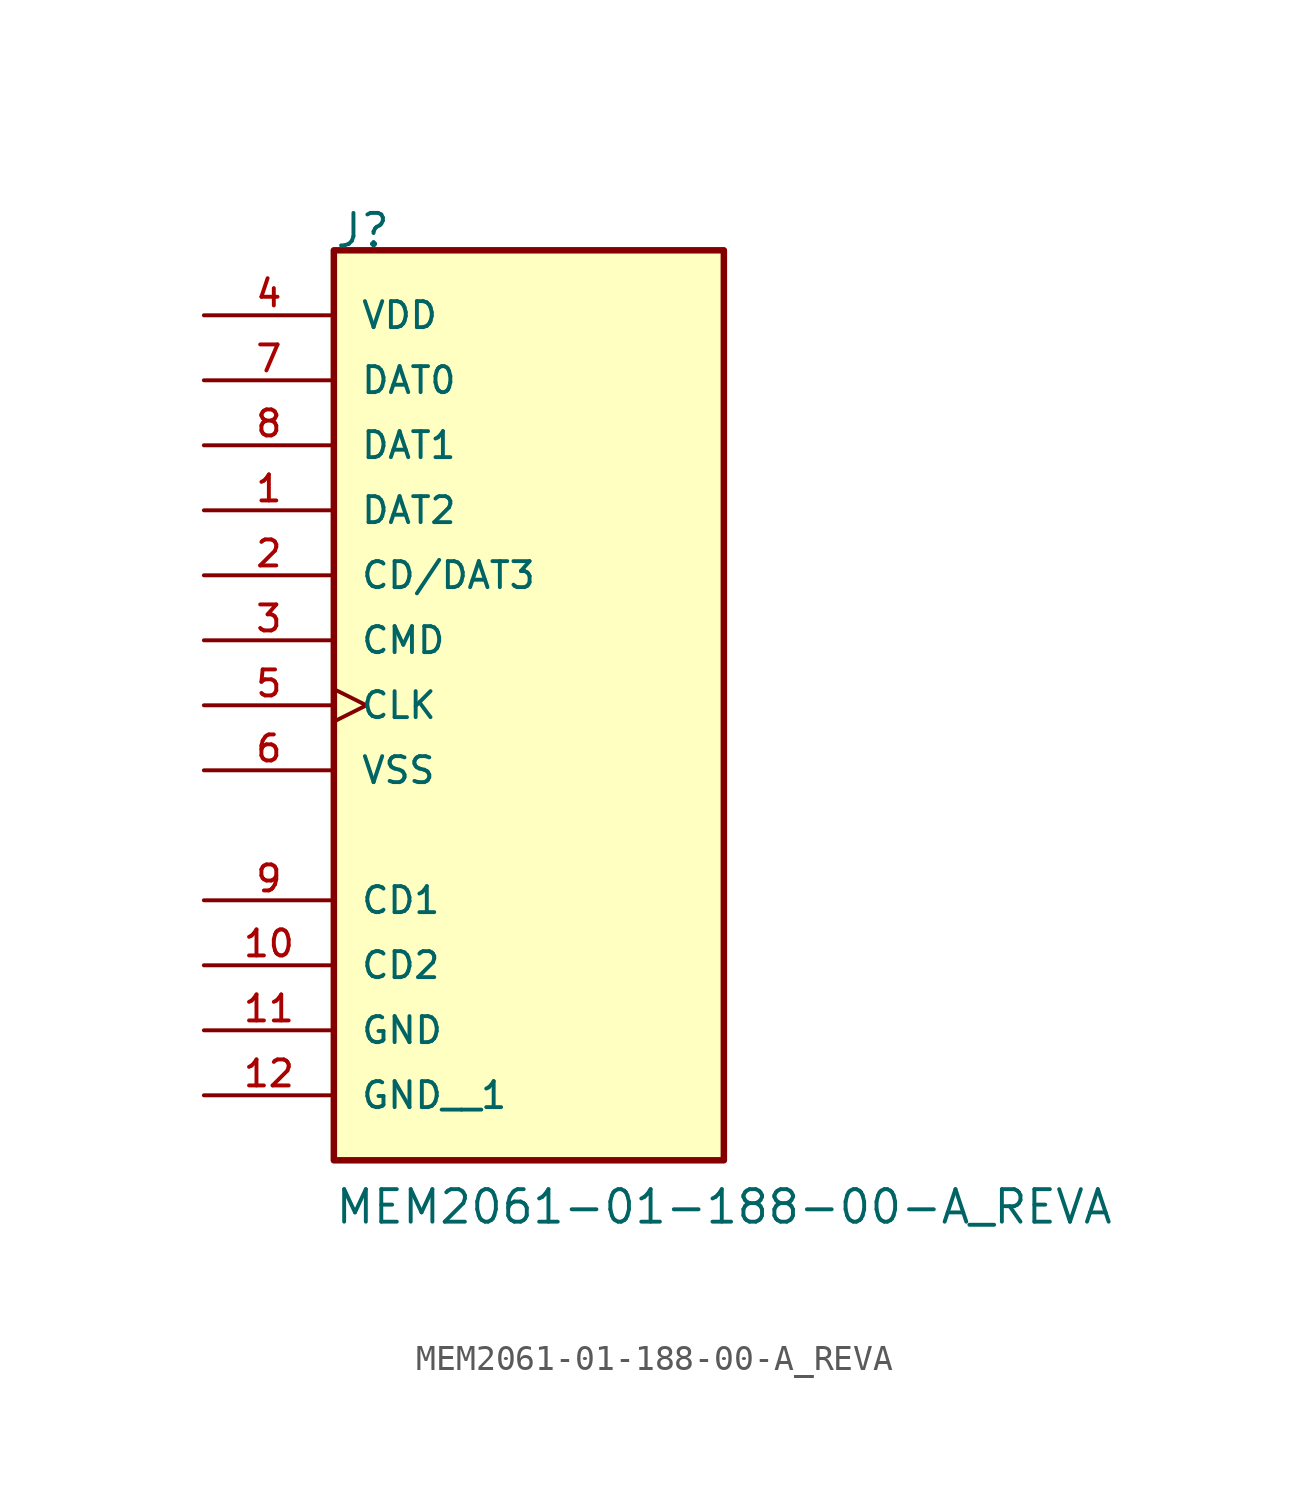
<source format=kicad_sym>
(kicad_symbol_lib
  (version 20231120)
  (generator "kicad_symbol_editor")
  (generator_version "8.0")
  (symbol "MEM2061-01-188-00-A_REVA"
    (pin_names
      (offset 1.016))
    (property "Reference" "J"
      (at 0 15.268 0)
      (effects (font (size 1.27 1.27)) (justify left bottom)))
    (property "Value" "MEM2061-01-188-00-A_REVA"
      (at 0 -22.881 0)
      (effects (font (size 1.27 1.27)) (justify left bottom)))
    (symbol "MEM2061-01-188-00-A_REVA_0_0"
      (rectangle (start 0 -20.32) (end 15.24 15.24) (stroke (width 0.254) (type default)) (fill (type background)))
      (pin bidirectional line (at -5.08 5.08 0) (length 5.08) (name "DAT2" (effects (font (size 1.016 1.016)))) (number "1" (effects (font (size 1.016 1.016)))))
      (pin passive line (at -5.08 -12.7 0) (length 5.08) (name "CD2" (effects (font (size 1.016 1.016)))) (number "10" (effects (font (size 1.016 1.016)))))
      (pin power_in line (at -5.08 -15.24 0) (length 5.08) (name "GND" (effects (font (size 1.016 1.016)))) (number "11" (effects (font (size 1.016 1.016)))))
      (pin power_in line (at -5.08 -17.78 0) (length 5.08) (name "GND__1" (effects (font (size 1.016 1.016)))) (number "12" (effects (font (size 1.016 1.016)))))
      (pin bidirectional line (at -5.08 2.54 0) (length 5.08) (name "CD/DAT3" (effects (font (size 1.016 1.016)))) (number "2" (effects (font (size 1.016 1.016)))))
      (pin bidirectional line (at -5.08 0 0) (length 5.08) (name "CMD" (effects (font (size 1.016 1.016)))) (number "3" (effects (font (size 1.016 1.016)))))
      (pin power_in line (at -5.08 12.7 0) (length 5.08) (name "VDD" (effects (font (size 1.016 1.016)))) (number "4" (effects (font (size 1.016 1.016)))))
      (pin bidirectional clock (at -5.08 -2.54 0) (length 5.08) (name "CLK" (effects (font (size 1.016 1.016)))) (number "5" (effects (font (size 1.016 1.016)))))
      (pin power_in line (at -5.08 -5.08 0) (length 5.08) (name "VSS" (effects (font (size 1.016 1.016)))) (number "6" (effects (font (size 1.016 1.016)))))
      (pin bidirectional line (at -5.08 10.16 0) (length 5.08) (name "DAT0" (effects (font (size 1.016 1.016)))) (number "7" (effects (font (size 1.016 1.016)))))
      (pin bidirectional line (at -5.08 7.62 0) (length 5.08) (name "DAT1" (effects (font (size 1.016 1.016)))) (number "8" (effects (font (size 1.016 1.016)))))
      (pin passive line (at -5.08 -10.16 0) (length 5.08) (name "CD1" (effects (font (size 1.016 1.016)))) (number "9" (effects (font (size 1.016 1.016))))))))
</source>
